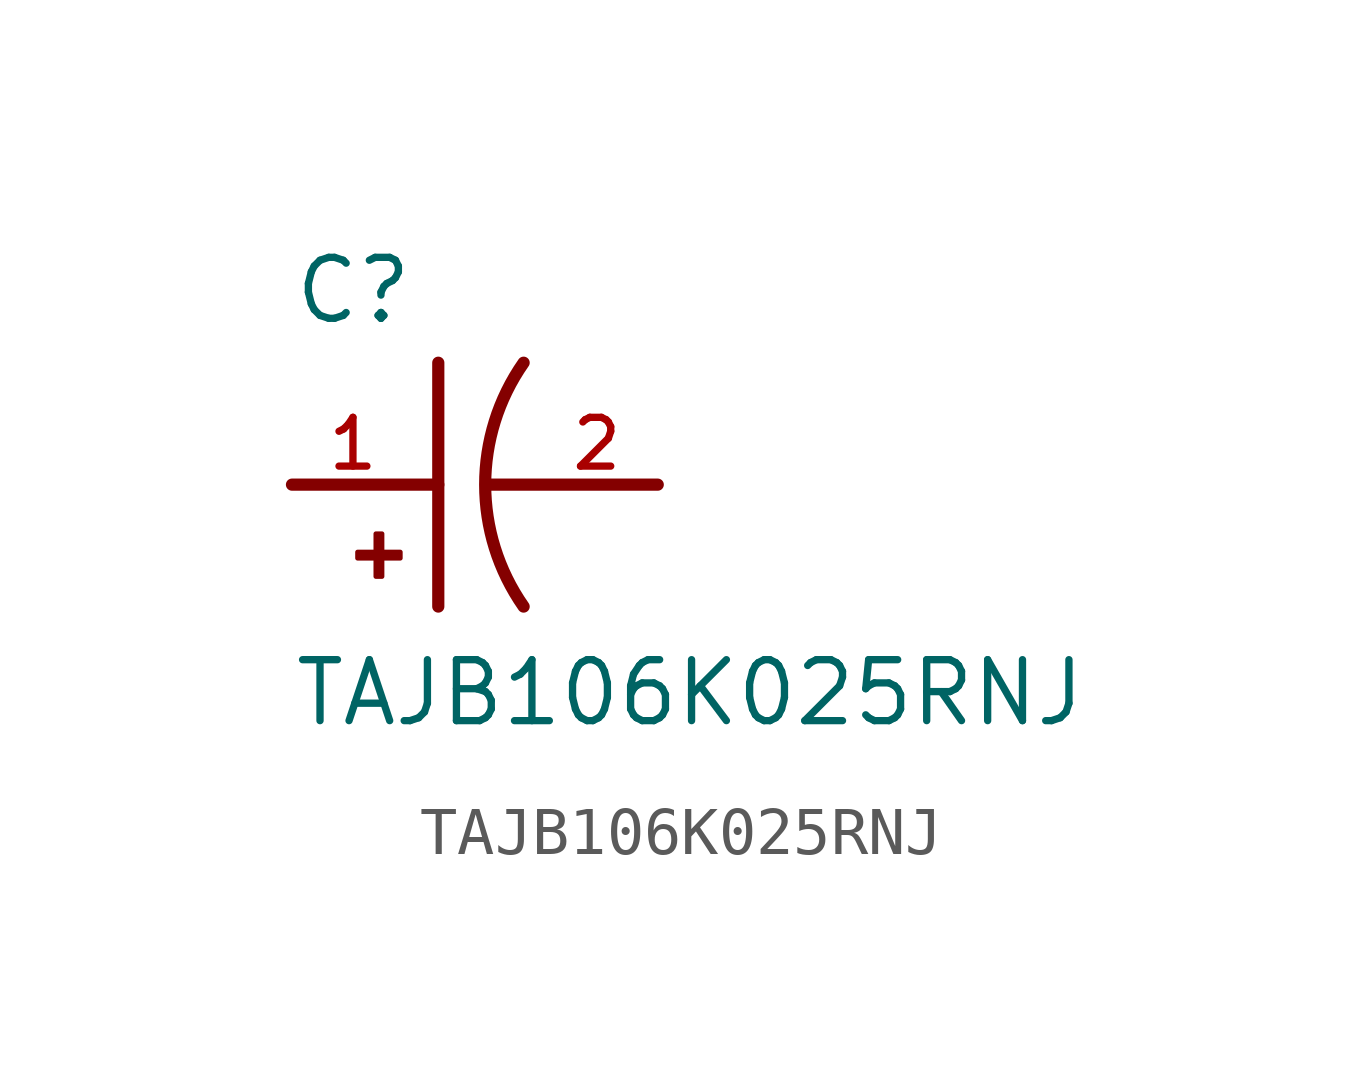
<source format=kicad_sym>
(kicad_symbol_lib
  (version 20231120)
  (generator "kicad_symbol_editor")
  (generator_version "8.0")
  (symbol "TAJB106K025RNJ"
    (pin_names
      (offset 1.016))
    (property "Reference" "C"
      (at -5.08 3.302 0)
      (effects (font (size 1.27 1.27)) (justify left bottom)))
    (property "Value" "TAJB106K025RNJ"
      (at -5.08 -5.08 0)
      (effects (font (size 1.27 1.27)) (justify left bottom)))
    (symbol "TAJB106K025RNJ_0_0"
      (rectangle (start -3.713 -1.532) (end -2.824 -1.405) (stroke (width 0.1) (type default)) (fill (type outline)))
      (rectangle (start -3.332 -1.913) (end -3.205 -1.024) (stroke (width 0.1) (type default)) (fill (type outline)))
      (arc (start -0.254 2.54) (mid -1.0549 0) (end -0.254 -2.54) (stroke (width 0.254) (type default)) (fill (type none)))
      (polyline (pts (xy -5.08 0) (xy -2.032 0)) (stroke (width 0.254) (type default)) (fill (type none)))
      (polyline (pts (xy -2.032 2.54) (xy -2.032 -2.54)) (stroke (width 0.254) (type default)) (fill (type none)))
      (polyline (pts (xy -1.016 0) (xy 2.54 0)) (stroke (width 0.254) (type default)) (fill (type none)))
      (pin passive line (at -5.08 0 0) (length 2.54) (name "~" (effects (font (size 1.016 1.016)))) (number "1" (effects (font (size 1.016 1.016)))))
      (pin passive line (at 2.54 0 180) (length 2.54) (name "~" (effects (font (size 1.016 1.016)))) (number "2" (effects (font (size 1.016 1.016))))))))
</source>
